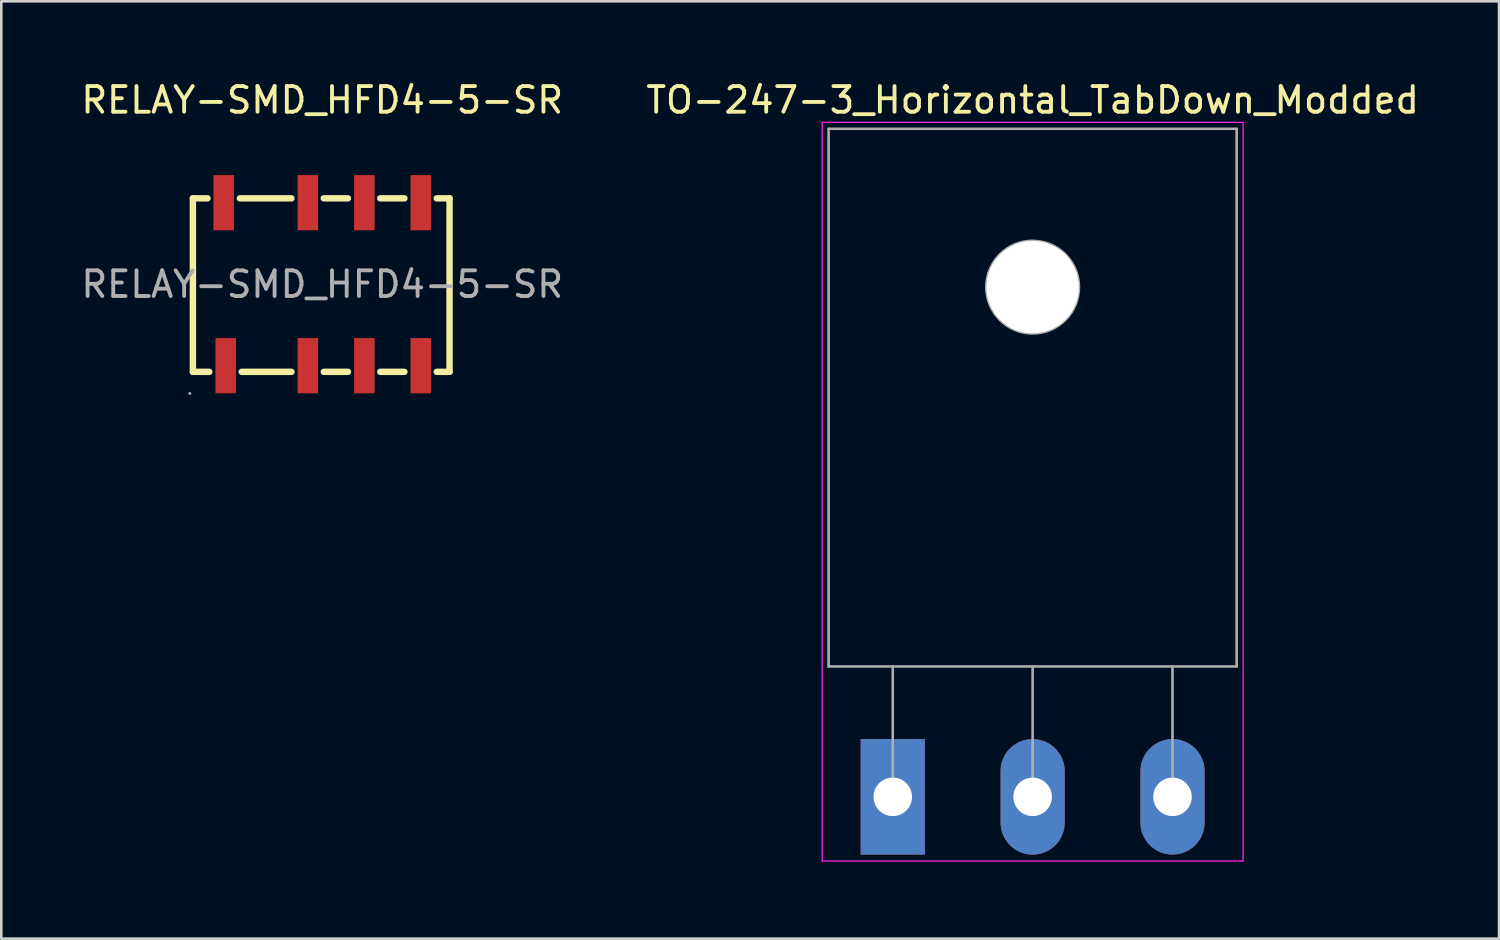
<source format=kicad_pcb>
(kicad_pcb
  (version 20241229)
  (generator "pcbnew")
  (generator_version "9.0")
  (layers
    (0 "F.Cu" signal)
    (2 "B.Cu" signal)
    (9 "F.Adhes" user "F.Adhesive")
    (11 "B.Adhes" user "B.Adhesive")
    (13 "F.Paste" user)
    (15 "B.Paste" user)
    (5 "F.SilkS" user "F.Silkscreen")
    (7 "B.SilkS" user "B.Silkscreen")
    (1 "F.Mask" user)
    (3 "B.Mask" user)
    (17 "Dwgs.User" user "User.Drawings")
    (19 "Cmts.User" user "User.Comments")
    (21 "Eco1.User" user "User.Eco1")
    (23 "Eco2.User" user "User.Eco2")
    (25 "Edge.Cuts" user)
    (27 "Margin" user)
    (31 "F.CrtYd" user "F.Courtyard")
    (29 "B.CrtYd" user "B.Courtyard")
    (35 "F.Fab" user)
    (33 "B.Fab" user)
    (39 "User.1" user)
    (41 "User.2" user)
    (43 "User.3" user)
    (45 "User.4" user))
  (footprint "TO-247-3_Horizontal_TabDown_Modded"
    (layer "F.Cu")
    (at 31.735 27.998)
    (property "Reference" "TO-247-3_Horizontal_TabDown_Modded" (at 5.45 -27.15 0) (layer "F.SilkS") (effects (font (size 1 1) (thickness 0.15))))
    (attr through_hole)
    (fp_line (start -2.75 -26.28) (end -2.75 2.5) (stroke (width 0.05) (type solid)) (layer "F.CrtYd"))
    (fp_line (start -2.75 2.5) (end 13.65 2.5) (stroke (width 0.05) (type solid)) (layer "F.CrtYd"))
    (fp_line (start 13.65 -26.28) (end -2.75 -26.28) (stroke (width 0.05) (type solid)) (layer "F.CrtYd"))
    (fp_line (start 13.65 2.5) (end 13.65 -26.28) (stroke (width 0.05) (type solid)) (layer "F.CrtYd"))
    (fp_line (start -2.5 -26.03) (end 13.4 -26.03) (stroke (width 0.1) (type solid)) (layer "F.Fab"))
    (fp_line (start -2.5 -5.08) (end -2.5 -26.03) (stroke (width 0.1) (type solid)) (layer "F.Fab"))
    (fp_line (start 0 -5.08) (end 0 0) (stroke (width 0.1) (type solid)) (layer "F.Fab"))
    (fp_line (start 5.45 -5.08) (end 5.45 0) (stroke (width 0.1) (type solid)) (layer "F.Fab"))
    (fp_line (start 10.9 -5.08) (end 10.9 0) (stroke (width 0.1) (type solid)) (layer "F.Fab"))
    (fp_line (start 13.4 -26.03) (end 13.4 -5.08) (stroke (width 0.1) (type solid)) (layer "F.Fab"))
    (fp_line (start 13.4 -5.08) (end -2.5 -5.08) (stroke (width 0.1) (type solid)) (layer "F.Fab"))
    (fp_circle (center 5.45 -19.86) (end 7.255 -19.86) (stroke (width 0.1) (type solid)) (fill no) (layer "F.Fab"))
    (pad "" np_thru_hole oval (at 5.45 -19.86) (size 3.6 3.6) (drill 3.6) (layers "*.Cu" "*.Mask"))
    (pad "1" thru_hole rect (at 0 0) (size 2.5 4.5) (drill 1.5) (layers "*.Cu" "*.Mask"))
    (pad "2" thru_hole oval (at 5.45 0) (size 2.5 4.5) (drill 1.5) (layers "*.Cu" "*.Mask"))
    (pad "3" thru_hole oval (at 10.9 0) (size 2.5 4.5) (drill 1.5) (layers "*.Cu" "*.Mask")))
  (footprint "RELAY-SMD_HFD4-5-SR"
    (layer "F.Cu")
    (at 9.506 8.028)
    (property "Reference" "RELAY-SMD_HFD4-5-SR" (at 0 -7.18 0) (layer "F.SilkS") (effects (font (size 1 1) (thickness 0.15))))
    (attr smd)
    (fp_line (start -5.04 -3.35) (end -4.47 -3.35) (stroke (width 0.25) (type solid)) (layer "F.SilkS"))
    (fp_line (start -5.04 3.41) (end -5.04 -3.35) (stroke (width 0.25) (type solid)) (layer "F.SilkS"))
    (fp_line (start -4.4 3.41) (end -5.04 3.41) (stroke (width 0.25) (type solid)) (layer "F.SilkS"))
    (fp_line (start -3.21 -3.35) (end -1.2 -3.35) (stroke (width 0.25) (type solid)) (layer "F.SilkS"))
    (fp_line (start -1.2 3.41) (end -3.14 3.41) (stroke (width 0.25) (type solid)) (layer "F.SilkS"))
    (fp_line (start 0.06 -3.35) (end 1 -3.35) (stroke (width 0.25) (type solid)) (layer "F.SilkS"))
    (fp_line (start 1 3.41) (end 0.06 3.41) (stroke (width 0.25) (type solid)) (layer "F.SilkS"))
    (fp_line (start 2.26 -3.35) (end 3.2 -3.35) (stroke (width 0.25) (type solid)) (layer "F.SilkS"))
    (fp_line (start 3.2 3.41) (end 2.26 3.41) (stroke (width 0.25) (type solid)) (layer "F.SilkS"))
    (fp_line (start 4.46 -3.35) (end 4.96 -3.35) (stroke (width 0.25) (type solid)) (layer "F.SilkS"))
    (fp_line (start 4.96 -3.35) (end 4.96 3.41) (stroke (width 0.25) (type solid)) (layer "F.SilkS"))
    (fp_line (start 4.96 3.41) (end 4.46 3.41) (stroke (width 0.25) (type solid)) (layer "F.SilkS"))
    (fp_circle (center -5.16 4.25) (end -5.13 4.25) (stroke (width 0.06) (type solid)) (fill no) (layer "F.Fab"))
    (fp_text user "${REFERENCE}" (at 0 0 0) (layer "F.Fab") (effects (font (size 1 1) (thickness 0.15))))
    (pad "1" smd rect (at -3.76 3.17) (size 0.8 2.15) (layers "F.Cu" "F.Mask" "F.Paste"))
    (pad "2" smd rect (at -0.56 3.17) (size 0.8 2.15) (layers "F.Cu" "F.Mask" "F.Paste"))
    (pad "3" smd rect (at 1.64 3.17) (size 0.8 2.15) (layers "F.Cu" "F.Mask" "F.Paste"))
    (pad "4" smd rect (at 3.84 3.17) (size 0.8 2.15) (layers "F.Cu" "F.Mask" "F.Paste"))
    (pad "5" smd rect (at 3.84 -3.18) (size 0.8 2.15) (layers "F.Cu" "F.Mask" "F.Paste"))
    (pad "6" smd rect (at 1.64 -3.18) (size 0.8 2.15) (layers "F.Cu" "F.Mask" "F.Paste"))
    (pad "7" smd rect (at -0.56 -3.18) (size 0.8 2.15) (layers "F.Cu" "F.Mask" "F.Paste"))
    (pad "8" smd rect (at -3.84 -3.18) (size 0.8 2.15) (layers "F.Cu" "F.Mask" "F.Paste")))
  (gr_rect
    (start -3 -3)
    (end 55.357 33.523)
    (stroke (width 0.1) (type default))
    (fill no)
    (layer "Edge.Cuts")))
</source>
